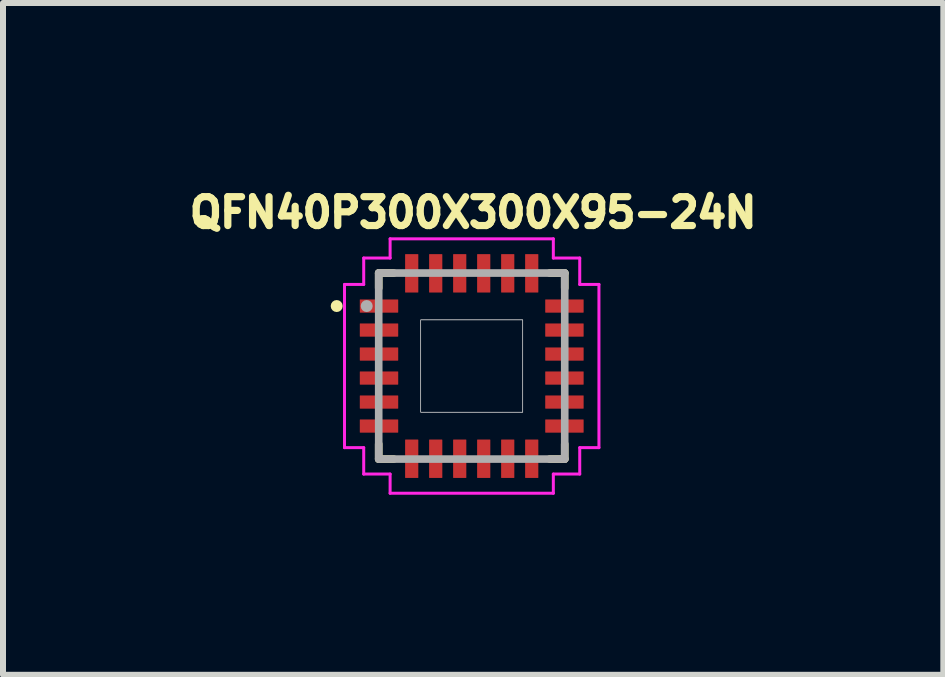
<source format=kicad_pcb>
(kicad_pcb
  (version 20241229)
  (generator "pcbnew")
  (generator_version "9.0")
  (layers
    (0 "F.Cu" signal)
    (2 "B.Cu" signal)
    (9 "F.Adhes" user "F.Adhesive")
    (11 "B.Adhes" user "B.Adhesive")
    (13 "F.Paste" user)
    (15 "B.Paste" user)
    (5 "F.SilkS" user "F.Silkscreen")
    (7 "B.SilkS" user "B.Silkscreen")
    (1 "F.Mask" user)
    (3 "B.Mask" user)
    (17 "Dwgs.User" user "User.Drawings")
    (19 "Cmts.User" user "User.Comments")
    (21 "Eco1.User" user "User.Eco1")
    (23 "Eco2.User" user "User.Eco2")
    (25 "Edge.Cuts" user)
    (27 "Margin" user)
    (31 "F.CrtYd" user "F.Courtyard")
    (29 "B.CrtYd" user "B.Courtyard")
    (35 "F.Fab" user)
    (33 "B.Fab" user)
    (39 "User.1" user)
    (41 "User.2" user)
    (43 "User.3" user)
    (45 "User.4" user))
  (footprint "QFN40P300X300X95-24N"
    (layer "F.Cu")
    (at 4.811 3.05)
    (property "Reference" "QFN40P300X300X95-24N" (at 0.024 -2.558 0) (layer "F.SilkS") (effects (font (size 0.481 0.481) (thickness 0.15))))
    (attr through_hole)
    (fp_line (start -1.55 -1.55) (end -1.3 -1.55) (stroke (width 0.127) (type solid)) (layer "F.SilkS"))
    (fp_line (start -1.55 -1.3) (end -1.55 -1.55) (stroke (width 0.127) (type solid)) (layer "F.SilkS"))
    (fp_line (start -1.55 1.3) (end -1.55 1.55) (stroke (width 0.127) (type solid)) (layer "F.SilkS"))
    (fp_line (start -1.55 1.55) (end -1.3 1.55) (stroke (width 0.127) (type solid)) (layer "F.SilkS"))
    (fp_line (start 1.3 -1.55) (end 1.55 -1.55) (stroke (width 0.127) (type solid)) (layer "F.SilkS"))
    (fp_line (start 1.3 1.55) (end 1.55 1.55) (stroke (width 0.127) (type solid)) (layer "F.SilkS"))
    (fp_line (start 1.55 -1.55) (end 1.55 -1.3) (stroke (width 0.127) (type solid)) (layer "F.SilkS"))
    (fp_line (start 1.55 1.55) (end 1.55 1.3) (stroke (width 0.127) (type solid)) (layer "F.SilkS"))
    (fp_circle (center -2.25 -1) (end -2.2 -1) (stroke (width 0.1) (type solid)) (fill no) (layer "F.SilkS"))
    (fp_poly (pts (xy -0.85 -0.77) (xy 0.85 -0.77) (xy 0.85 0.77) (xy -0.85 0.77)) (stroke (width 0.01) (type solid)) (fill no) (layer "Dwgs.User"))
    (fp_poly (pts (xy -0.85 -0.77) (xy 0.85 -0.77) (xy 0.85 0.77) (xy -0.85 0.77)) (stroke (width 0.01) (type solid)) (fill no) (layer "Dwgs.User"))
    (fp_line (start -2.12 -1.36) (end -2.12 1.36) (stroke (width 0.05) (type solid)) (layer "F.CrtYd"))
    (fp_line (start -2.12 1.36) (end -1.8 1.36) (stroke (width 0.05) (type solid)) (layer "F.CrtYd"))
    (fp_line (start -1.8 -1.8) (end -1.8 -1.36) (stroke (width 0.05) (type solid)) (layer "F.CrtYd"))
    (fp_line (start -1.8 -1.36) (end -2.12 -1.36) (stroke (width 0.05) (type solid)) (layer "F.CrtYd"))
    (fp_line (start -1.8 1.36) (end -1.8 1.8) (stroke (width 0.05) (type solid)) (layer "F.CrtYd"))
    (fp_line (start -1.8 1.8) (end -1.36 1.8) (stroke (width 0.05) (type solid)) (layer "F.CrtYd"))
    (fp_line (start -1.36 -2.12) (end -1.36 -1.8) (stroke (width 0.05) (type solid)) (layer "F.CrtYd"))
    (fp_line (start -1.36 -1.8) (end -1.8 -1.8) (stroke (width 0.05) (type solid)) (layer "F.CrtYd"))
    (fp_line (start -1.36 1.8) (end -1.36 2.12) (stroke (width 0.05) (type solid)) (layer "F.CrtYd"))
    (fp_line (start -1.36 2.12) (end 1.36 2.12) (stroke (width 0.05) (type solid)) (layer "F.CrtYd"))
    (fp_line (start 1.36 -2.12) (end -1.36 -2.12) (stroke (width 0.05) (type solid)) (layer "F.CrtYd"))
    (fp_line (start 1.36 -1.8) (end 1.36 -2.12) (stroke (width 0.05) (type solid)) (layer "F.CrtYd"))
    (fp_line (start 1.36 1.8) (end 1.8 1.8) (stroke (width 0.05) (type solid)) (layer "F.CrtYd"))
    (fp_line (start 1.36 2.12) (end 1.36 1.8) (stroke (width 0.05) (type solid)) (layer "F.CrtYd"))
    (fp_line (start 1.8 -1.8) (end 1.36 -1.8) (stroke (width 0.05) (type solid)) (layer "F.CrtYd"))
    (fp_line (start 1.8 -1.36) (end 1.8 -1.8) (stroke (width 0.05) (type solid)) (layer "F.CrtYd"))
    (fp_line (start 1.8 1.36) (end 2.12 1.36) (stroke (width 0.05) (type solid)) (layer "F.CrtYd"))
    (fp_line (start 1.8 1.8) (end 1.8 1.36) (stroke (width 0.05) (type solid)) (layer "F.CrtYd"))
    (fp_line (start 2.12 -1.36) (end 1.8 -1.36) (stroke (width 0.05) (type solid)) (layer "F.CrtYd"))
    (fp_line (start 2.12 1.36) (end 2.12 -1.36) (stroke (width 0.05) (type solid)) (layer "F.CrtYd"))
    (fp_line (start -1.55 -1.55) (end 1.55 -1.55) (stroke (width 0.127) (type solid)) (layer "F.Fab"))
    (fp_line (start -1.55 1.55) (end -1.55 -1.55) (stroke (width 0.127) (type solid)) (layer "F.Fab"))
    (fp_line (start 1.55 -1.55) (end 1.55 1.55) (stroke (width 0.127) (type solid)) (layer "F.Fab"))
    (fp_line (start 1.55 1.55) (end -1.55 1.55) (stroke (width 0.127) (type solid)) (layer "F.Fab"))
    (fp_circle (center -1.75 -1) (end -1.7 -1) (stroke (width 0.1) (type solid)) (fill no) (layer "F.Fab"))
    (pad "1" smd roundrect (at -1.545 -1) (size 0.64 0.22) (layers "F.Cu" "F.Mask" "F.Paste") (roundrect_rratio 0.03))
    (pad "2" smd roundrect (at -1.545 -0.6) (size 0.64 0.22) (layers "F.Cu" "F.Mask" "F.Paste") (roundrect_rratio 0.03))
    (pad "3" smd roundrect (at -1.545 -0.2) (size 0.64 0.22) (layers "F.Cu" "F.Mask" "F.Paste") (roundrect_rratio 0.03))
    (pad "4" smd roundrect (at -1.545 0.2) (size 0.64 0.22) (layers "F.Cu" "F.Mask" "F.Paste") (roundrect_rratio 0.03))
    (pad "5" smd roundrect (at -1.545 0.6) (size 0.64 0.22) (layers "F.Cu" "F.Mask" "F.Paste") (roundrect_rratio 0.03))
    (pad "6" smd roundrect (at -1.545 1) (size 0.64 0.22) (layers "F.Cu" "F.Mask" "F.Paste") (roundrect_rratio 0.03))
    (pad "7" smd roundrect (at -1 1.545 90) (size 0.64 0.22) (layers "F.Cu" "F.Mask" "F.Paste") (roundrect_rratio 0.03))
    (pad "8" smd roundrect (at -0.6 1.545 90) (size 0.64 0.22) (layers "F.Cu" "F.Mask" "F.Paste") (roundrect_rratio 0.03))
    (pad "9" smd roundrect (at -0.2 1.545 90) (size 0.64 0.22) (layers "F.Cu" "F.Mask" "F.Paste") (roundrect_rratio 0.03))
    (pad "10" smd roundrect (at 0.2 1.545 90) (size 0.64 0.22) (layers "F.Cu" "F.Mask" "F.Paste") (roundrect_rratio 0.03))
    (pad "11" smd roundrect (at 0.6 1.545 90) (size 0.64 0.22) (layers "F.Cu" "F.Mask" "F.Paste") (roundrect_rratio 0.03))
    (pad "12" smd roundrect (at 1 1.545 90) (size 0.64 0.22) (layers "F.Cu" "F.Mask" "F.Paste") (roundrect_rratio 0.03))
    (pad "13" smd roundrect (at 1.545 1 180) (size 0.64 0.22) (layers "F.Cu" "F.Mask" "F.Paste") (roundrect_rratio 0.03))
    (pad "14" smd roundrect (at 1.545 0.6 180) (size 0.64 0.22) (layers "F.Cu" "F.Mask" "F.Paste") (roundrect_rratio 0.03))
    (pad "15" smd roundrect (at 1.545 0.2 180) (size 0.64 0.22) (layers "F.Cu" "F.Mask" "F.Paste") (roundrect_rratio 0.03))
    (pad "16" smd roundrect (at 1.545 -0.2 180) (size 0.64 0.22) (layers "F.Cu" "F.Mask" "F.Paste") (roundrect_rratio 0.03))
    (pad "17" smd roundrect (at 1.545 -0.6 180) (size 0.64 0.22) (layers "F.Cu" "F.Mask" "F.Paste") (roundrect_rratio 0.03))
    (pad "18" smd roundrect (at 1.545 -1 180) (size 0.64 0.22) (layers "F.Cu" "F.Mask" "F.Paste") (roundrect_rratio 0.03))
    (pad "19" smd roundrect (at 1 -1.545 270) (size 0.64 0.22) (layers "F.Cu" "F.Mask" "F.Paste") (roundrect_rratio 0.03))
    (pad "20" smd roundrect (at 0.6 -1.545 270) (size 0.64 0.22) (layers "F.Cu" "F.Mask" "F.Paste") (roundrect_rratio 0.03))
    (pad "21" smd roundrect (at 0.2 -1.545 270) (size 0.64 0.22) (layers "F.Cu" "F.Mask" "F.Paste") (roundrect_rratio 0.03))
    (pad "22" smd roundrect (at -0.2 -1.545 270) (size 0.64 0.22) (layers "F.Cu" "F.Mask" "F.Paste") (roundrect_rratio 0.03))
    (pad "23" smd roundrect (at -0.6 -1.545 270) (size 0.64 0.22) (layers "F.Cu" "F.Mask" "F.Paste") (roundrect_rratio 0.03))
    (pad "24" smd roundrect (at -1 -1.545 270) (size 0.64 0.22) (layers "F.Cu" "F.Mask" "F.Paste") (roundrect_rratio 0.03)))
  (gr_rect
    (start -3 -3)
    (end 12.67 8.195)
    (stroke (width 0.1) (type default))
    (fill no)
    (layer "Edge.Cuts")))
</source>
